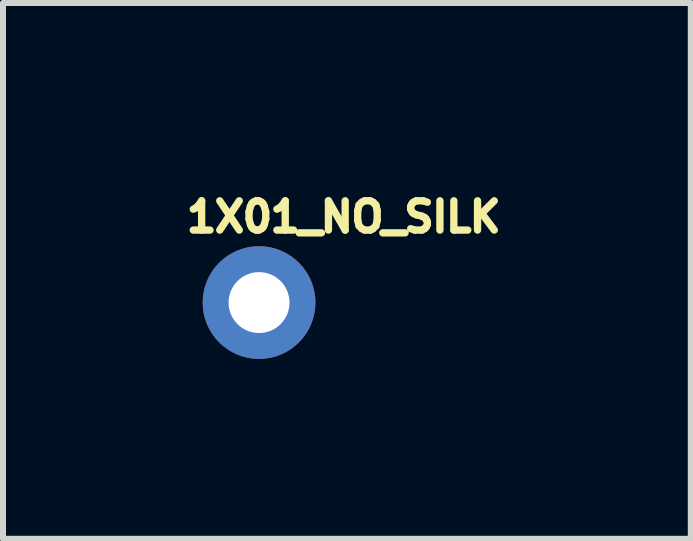
<source format=kicad_pcb>
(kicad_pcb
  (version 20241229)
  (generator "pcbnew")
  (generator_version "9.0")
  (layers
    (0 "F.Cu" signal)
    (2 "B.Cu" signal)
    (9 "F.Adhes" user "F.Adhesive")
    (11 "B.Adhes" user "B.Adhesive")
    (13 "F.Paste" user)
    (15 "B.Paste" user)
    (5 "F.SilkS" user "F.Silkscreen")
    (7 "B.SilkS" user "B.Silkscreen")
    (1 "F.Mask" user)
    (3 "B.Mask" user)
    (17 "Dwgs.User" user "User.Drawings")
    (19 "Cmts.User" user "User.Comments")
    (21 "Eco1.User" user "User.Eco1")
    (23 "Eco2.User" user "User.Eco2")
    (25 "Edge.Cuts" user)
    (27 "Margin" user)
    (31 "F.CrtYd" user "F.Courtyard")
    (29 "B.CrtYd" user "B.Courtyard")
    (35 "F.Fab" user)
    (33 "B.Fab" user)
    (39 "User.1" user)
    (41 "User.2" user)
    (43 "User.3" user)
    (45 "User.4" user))
  (footprint "1X01_NO_SILK"
    (layer "F.Cu")
    (at 1.27 1.996)
    (property "Reference" "1X01_NO_SILK" (at -1.27 -1.143 0) (unlocked yes) (layer "F.SilkS") (effects (font (size 0.488 0.488) (thickness 0.122)) (justify left bottom)))
    (fp_poly (pts (xy -0.254 0.254) (xy 0.254 0.254) (xy 0.254 -0.254) (xy -0.254 -0.254)) (stroke (width 0.1) (type default)) (fill no) (layer "F.Fab"))
    (pad "1" thru_hole circle (at 0 0 90) (size 1.88 1.88) (drill 1.016) (layers "*.Cu" "*.Mask")))
  (gr_rect
    (start -3 -3)
    (end 8.47 5.936)
    (stroke (width 0.1) (type default))
    (fill no)
    (layer "Edge.Cuts")))
</source>
